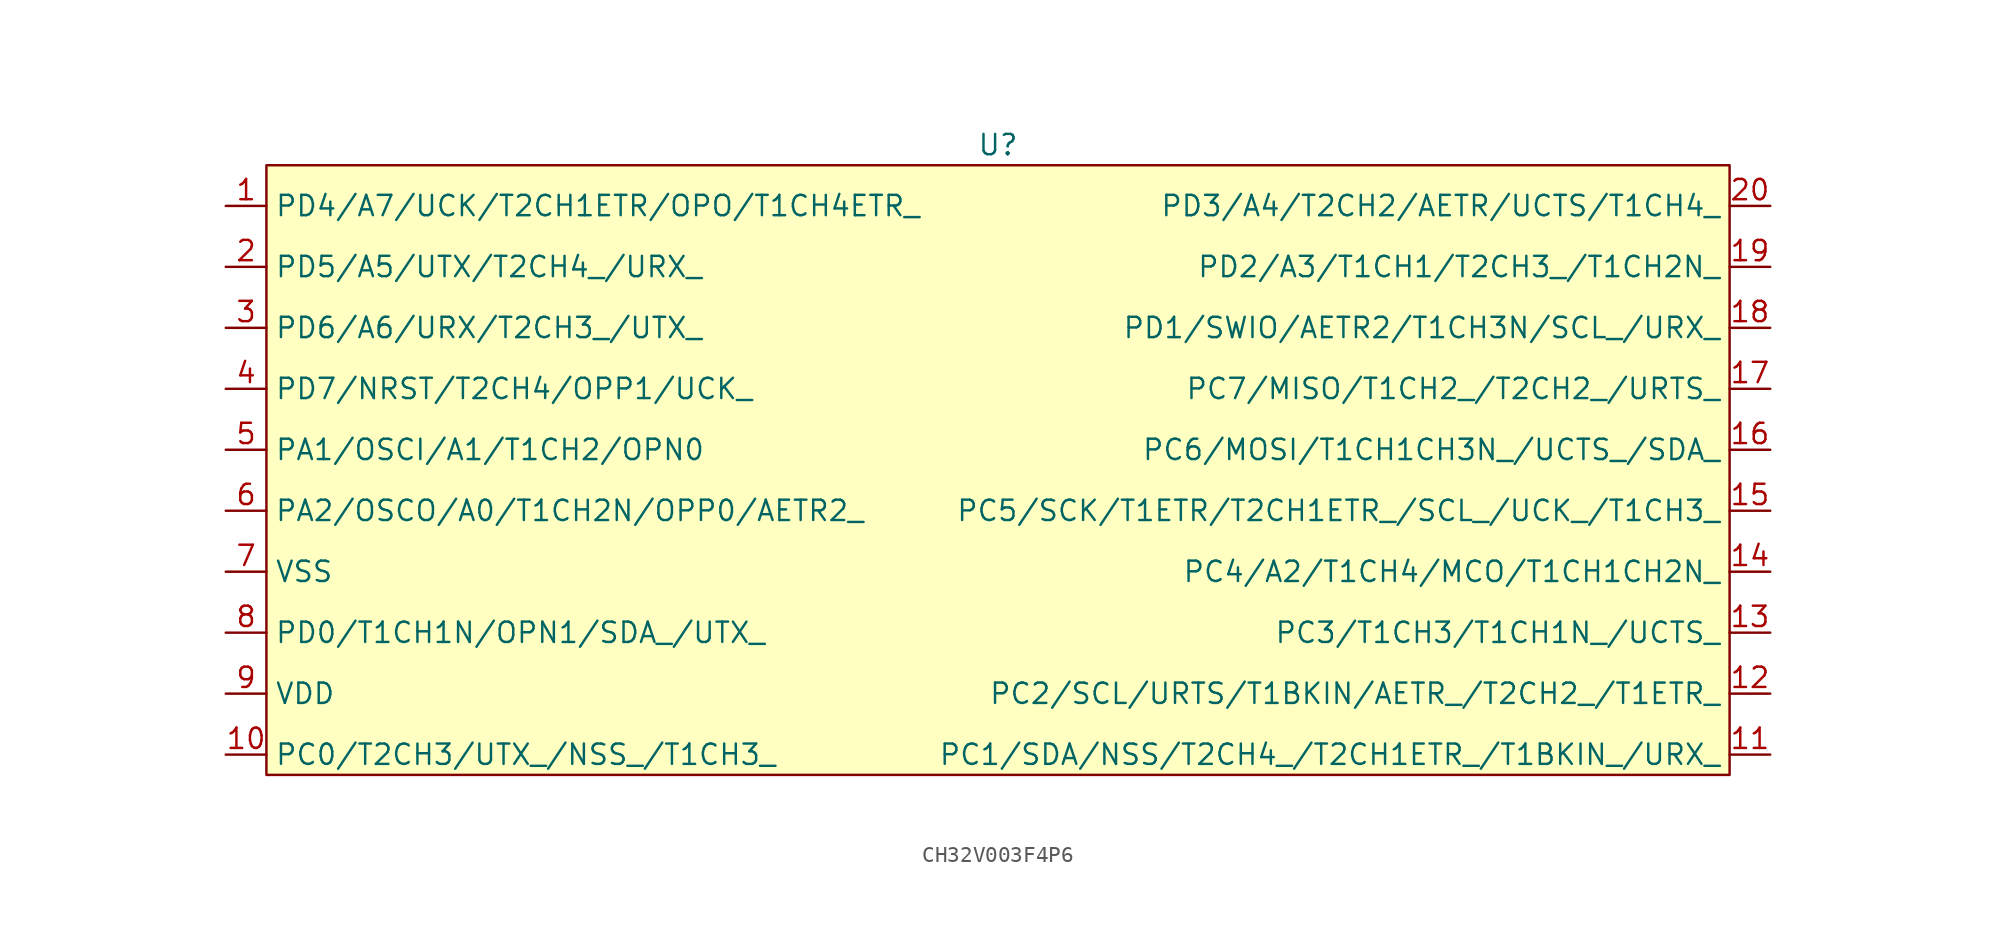
<source format=kicad_sym>
(kicad_symbol_lib
  (version 20220914)
  (generator kicad_symbol_editor)
  (symbol "CH32V003F4P6"
    (property "Reference" "U"
      (at 0 19.05 0)
      (effects (font (size 1.27 1.27))))
    (property "Value" ""
      (at -3.81 17.78 0)
      (effects (font (size 1.27 1.27))))
    (symbol "CH32V003F4P6_1_1"
      (rectangle (start -45.72 17.78) (end 45.72 -20.32) (stroke (width 0) (type default)) (fill (type background)))
      (pin bidirectional line (at -48.26 15.24 0) (length 2.54) (name "PD4/A7/UCK/T2CH1ETR/OPO/T1CH4ETR_" (effects (font (size 1.27 1.27)))) (number "1" (effects (font (size 1.27 1.27)))))
      (pin bidirectional line (at -48.26 -19.05 0) (length 2.54) (name "PC0/T2CH3/UTX_/NSS_/T1CH3_" (effects (font (size 1.27 1.27)))) (number "10" (effects (font (size 1.27 1.27)))))
      (pin bidirectional line (at 48.26 -19.05 180) (length 2.54) (name "PC1/SDA/NSS/T2CH4_/T2CH1ETR_/T1BKIN_/URX_" (effects (font (size 1.27 1.27)))) (number "11" (effects (font (size 1.27 1.27)))))
      (pin bidirectional line (at 48.26 -15.24 180) (length 2.54) (name "PC2/SCL/URTS/T1BKIN/AETR_/T2CH2_/T1ETR_" (effects (font (size 1.27 1.27)))) (number "12" (effects (font (size 1.27 1.27)))))
      (pin bidirectional line (at 48.26 -11.43 180) (length 2.54) (name "PC3/T1CH3/T1CH1N_/UCTS_" (effects (font (size 1.27 1.27)))) (number "13" (effects (font (size 1.27 1.27)))))
      (pin bidirectional line (at 48.26 -7.62 180) (length 2.54) (name "PC4/A2/T1CH4/MCO/T1CH1CH2N_" (effects (font (size 1.27 1.27)))) (number "14" (effects (font (size 1.27 1.27)))))
      (pin bidirectional line (at 48.26 -3.81 180) (length 2.54) (name "PC5/SCK/T1ETR/T2CH1ETR_/SCL_/UCK_/T1CH3_" (effects (font (size 1.27 1.27)))) (number "15" (effects (font (size 1.27 1.27)))))
      (pin bidirectional line (at 48.26 0 180) (length 2.54) (name "PC6/MOSI/T1CH1CH3N_/UCTS_/SDA_" (effects (font (size 1.27 1.27)))) (number "16" (effects (font (size 1.27 1.27)))))
      (pin bidirectional line (at 48.26 3.81 180) (length 2.54) (name "PC7/MISO/T1CH2_/T2CH2_/URTS_" (effects (font (size 1.27 1.27)))) (number "17" (effects (font (size 1.27 1.27)))))
      (pin bidirectional line (at 48.26 7.62 180) (length 2.54) (name "PD1/SWIO/AETR2/T1CH3N/SCL_/URX_" (effects (font (size 1.27 1.27)))) (number "18" (effects (font (size 1.27 1.27)))))
      (pin bidirectional line (at 48.26 11.43 180) (length 2.54) (name "PD2/A3/T1CH1/T2CH3_/T1CH2N_" (effects (font (size 1.27 1.27)))) (number "19" (effects (font (size 1.27 1.27)))))
      (pin bidirectional line (at -48.26 11.43 0) (length 2.54) (name "PD5/A5/UTX/T2CH4_/URX_" (effects (font (size 1.27 1.27)))) (number "2" (effects (font (size 1.27 1.27)))))
      (pin bidirectional line (at 48.26 15.24 180) (length 2.54) (name "PD3/A4/T2CH2/AETR/UCTS/T1CH4_" (effects (font (size 1.27 1.27)))) (number "20" (effects (font (size 1.27 1.27)))))
      (pin bidirectional line (at -48.26 7.62 0) (length 2.54) (name "PD6/A6/URX/T2CH3_/UTX_" (effects (font (size 1.27 1.27)))) (number "3" (effects (font (size 1.27 1.27)))))
      (pin bidirectional line (at -48.26 3.81 0) (length 2.54) (name "PD7/NRST/T2CH4/OPP1/UCK_" (effects (font (size 1.27 1.27)))) (number "4" (effects (font (size 1.27 1.27)))))
      (pin bidirectional line (at -48.26 0 0) (length 2.54) (name "PA1/OSCI/A1/T1CH2/OPN0" (effects (font (size 1.27 1.27)))) (number "5" (effects (font (size 1.27 1.27)))))
      (pin bidirectional line (at -48.26 -3.81 0) (length 2.54) (name "PA2/OSCO/A0/T1CH2N/OPP0/AETR2_" (effects (font (size 1.27 1.27)))) (number "6" (effects (font (size 1.27 1.27)))))
      (pin power_in line (at -48.26 -7.62 0) (length 2.54) (name "VSS" (effects (font (size 1.27 1.27)))) (number "7" (effects (font (size 1.27 1.27)))))
      (pin bidirectional line (at -48.26 -11.43 0) (length 2.54) (name "PD0/T1CH1N/OPN1/SDA_/UTX_" (effects (font (size 1.27 1.27)))) (number "8" (effects (font (size 1.27 1.27)))))
      (pin power_in line (at -48.26 -15.24 0) (length 2.54) (name "VDD" (effects (font (size 1.27 1.27)))) (number "9" (effects (font (size 1.27 1.27))))))))
</source>
